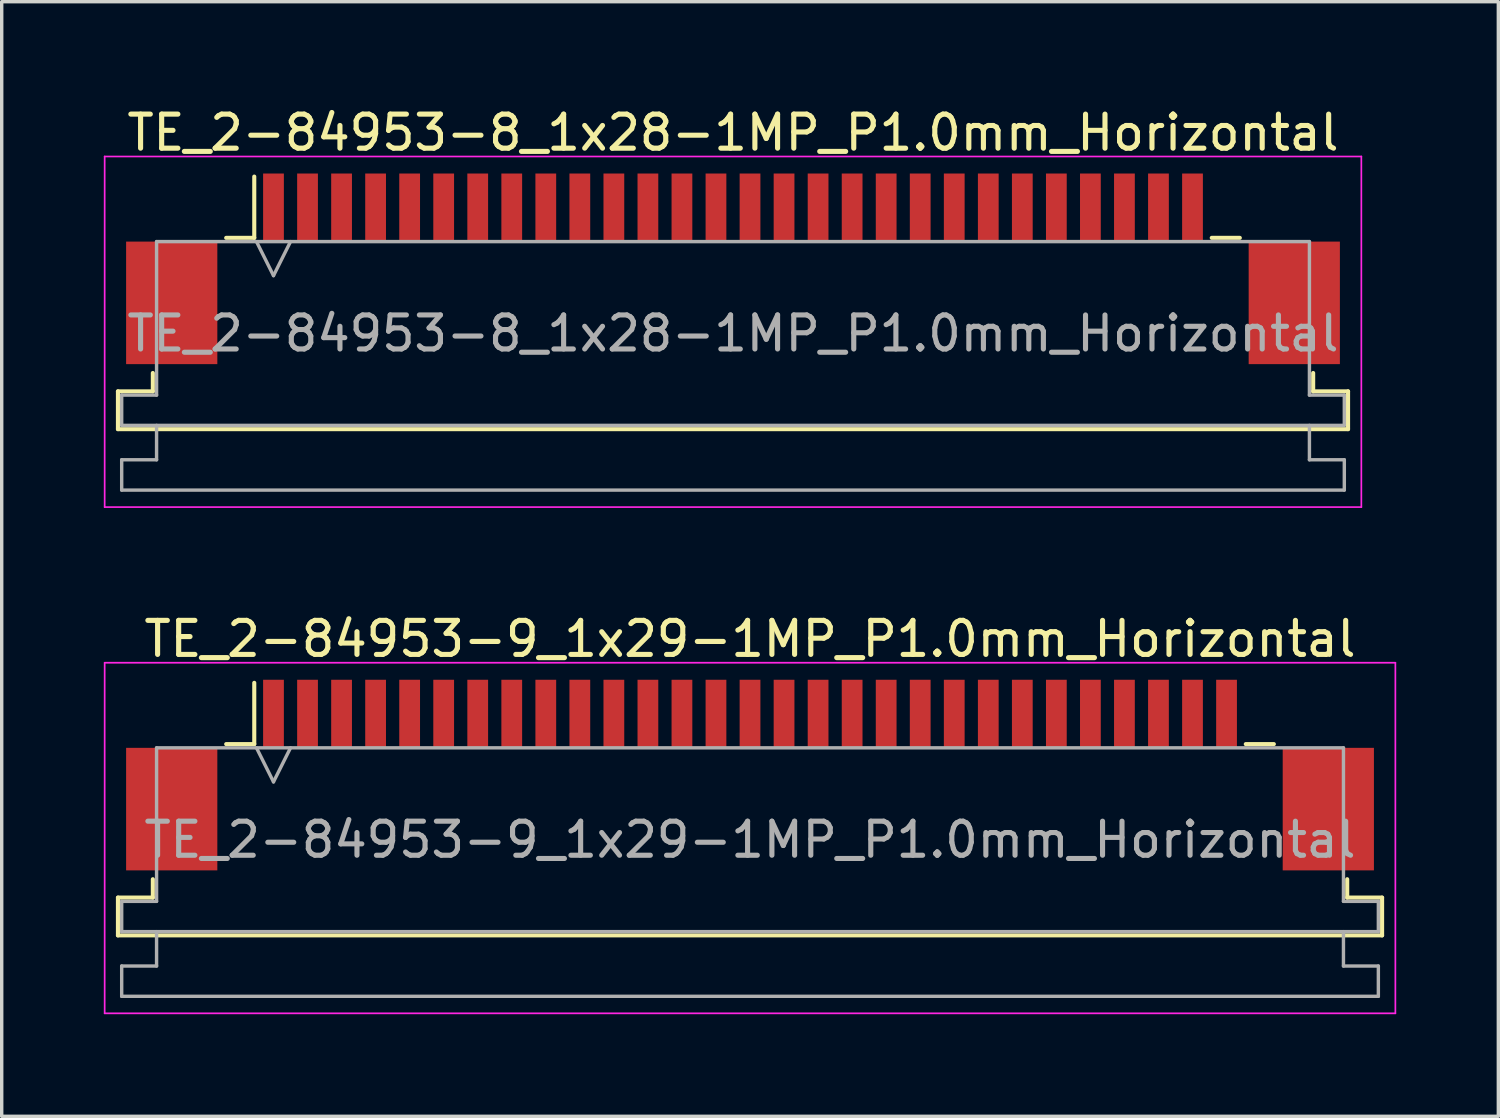
<source format=kicad_pcb>
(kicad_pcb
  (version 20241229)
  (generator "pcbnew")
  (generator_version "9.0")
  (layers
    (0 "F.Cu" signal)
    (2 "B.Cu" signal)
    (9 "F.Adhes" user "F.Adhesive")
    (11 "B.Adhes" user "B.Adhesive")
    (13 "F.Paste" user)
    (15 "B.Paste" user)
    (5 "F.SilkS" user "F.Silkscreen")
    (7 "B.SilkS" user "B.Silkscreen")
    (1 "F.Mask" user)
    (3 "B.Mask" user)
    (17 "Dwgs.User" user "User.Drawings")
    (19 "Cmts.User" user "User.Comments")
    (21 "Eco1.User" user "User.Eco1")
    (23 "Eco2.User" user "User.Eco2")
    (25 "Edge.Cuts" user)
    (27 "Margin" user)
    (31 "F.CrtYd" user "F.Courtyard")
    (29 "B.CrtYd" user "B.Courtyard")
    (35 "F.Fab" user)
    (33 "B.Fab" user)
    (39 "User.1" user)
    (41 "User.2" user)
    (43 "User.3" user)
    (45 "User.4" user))
  (footprint "TE_2-84953-9_1x29-1MP_P1.0mm_Horizontal"
    (layer "F.Cu")
    (at 18.985 19.721)
    (property "Reference" "TE_2-84953-9_1x29-1MP_P1.0mm_Horizontal" (at 0 -4 0) (layer "F.SilkS") (effects (font (size 1 1) (thickness 0.15))))
    (attr smd)
    (fp_line (start -18.57 3.6) (end -17.545 3.6) (stroke (width 0.12) (type solid)) (layer "F.SilkS"))
    (fp_line (start -18.57 4.71) (end -18.57 3.6) (stroke (width 0.12) (type solid)) (layer "F.SilkS"))
    (fp_line (start -17.545 3.6) (end -17.545 3.06) (stroke (width 0.12) (type solid)) (layer "F.SilkS"))
    (fp_line (start -15.39 -0.91) (end -14.565 -0.91) (stroke (width 0.12) (type solid)) (layer "F.SilkS"))
    (fp_line (start -14.565 -0.91) (end -14.565 -2.71) (stroke (width 0.12) (type solid)) (layer "F.SilkS"))
    (fp_line (start 14.565 -0.91) (end 15.39 -0.91) (stroke (width 0.12) (type solid)) (layer "F.SilkS"))
    (fp_line (start 17.545 3.06) (end 17.545 3.6) (stroke (width 0.12) (type solid)) (layer "F.SilkS"))
    (fp_line (start 17.545 3.6) (end 18.57 3.6) (stroke (width 0.12) (type solid)) (layer "F.SilkS"))
    (fp_line (start 18.57 3.6) (end 18.57 4.71) (stroke (width 0.12) (type solid)) (layer "F.SilkS"))
    (fp_line (start 18.57 4.71) (end -18.57 4.71) (stroke (width 0.12) (type solid)) (layer "F.SilkS"))
    (fp_line (start -18.96 -3.3) (end -18.96 7) (stroke (width 0.05) (type solid)) (layer "F.CrtYd"))
    (fp_line (start -18.96 7) (end 18.96 7) (stroke (width 0.05) (type solid)) (layer "F.CrtYd"))
    (fp_line (start 18.96 -3.3) (end -18.96 -3.3) (stroke (width 0.05) (type solid)) (layer "F.CrtYd"))
    (fp_line (start 18.96 7) (end 18.96 -3.3) (stroke (width 0.05) (type solid)) (layer "F.CrtYd"))
    (fp_line (start -18.46 3.71) (end -17.435 3.71) (stroke (width 0.1) (type solid)) (layer "F.Fab"))
    (fp_line (start -18.46 4.6) (end -18.46 3.71) (stroke (width 0.1) (type solid)) (layer "F.Fab"))
    (fp_line (start -18.46 5.61) (end -17.435 5.61) (stroke (width 0.1) (type solid)) (layer "F.Fab"))
    (fp_line (start -18.46 6.5) (end -18.46 5.61) (stroke (width 0.1) (type solid)) (layer "F.Fab"))
    (fp_line (start -17.435 -0.8) (end 17.435 -0.8) (stroke (width 0.1) (type solid)) (layer "F.Fab"))
    (fp_line (start -17.435 3.71) (end -17.435 -0.8) (stroke (width 0.1) (type solid)) (layer "F.Fab"))
    (fp_line (start -17.435 5.61) (end -17.435 4.6) (stroke (width 0.1) (type solid)) (layer "F.Fab"))
    (fp_line (start -14.5 -0.8) (end -14 0.2) (stroke (width 0.1) (type solid)) (layer "F.Fab"))
    (fp_line (start -14 0.2) (end -13.5 -0.8) (stroke (width 0.1) (type solid)) (layer "F.Fab"))
    (fp_line (start 17.435 -0.8) (end 17.435 3.71) (stroke (width 0.1) (type solid)) (layer "F.Fab"))
    (fp_line (start 17.435 3.71) (end 18.46 3.71) (stroke (width 0.1) (type solid)) (layer "F.Fab"))
    (fp_line (start 17.435 4.6) (end 17.435 5.61) (stroke (width 0.1) (type solid)) (layer "F.Fab"))
    (fp_line (start 17.435 5.61) (end 18.46 5.61) (stroke (width 0.1) (type solid)) (layer "F.Fab"))
    (fp_line (start 18.46 3.71) (end 18.46 4.6) (stroke (width 0.1) (type solid)) (layer "F.Fab"))
    (fp_line (start 18.46 4.6) (end -18.46 4.6) (stroke (width 0.1) (type solid)) (layer "F.Fab"))
    (fp_line (start 18.46 5.61) (end 18.46 6.5) (stroke (width 0.1) (type solid)) (layer "F.Fab"))
    (fp_line (start 18.46 6.5) (end -18.46 6.5) (stroke (width 0.1) (type solid)) (layer "F.Fab"))
    (fp_text user "${REFERENCE}" (at 0 1.9 0) (layer "F.Fab") (effects (font (size 1 1) (thickness 0.15))))
    (pad "1" smd rect (at -14 -1.8) (size 0.61 2) (layers "F.Cu" "F.Mask" "F.Paste"))
    (pad "2" smd rect (at -13 -1.8) (size 0.61 2) (layers "F.Cu" "F.Mask" "F.Paste"))
    (pad "3" smd rect (at -12 -1.8) (size 0.61 2) (layers "F.Cu" "F.Mask" "F.Paste"))
    (pad "4" smd rect (at -11 -1.8) (size 0.61 2) (layers "F.Cu" "F.Mask" "F.Paste"))
    (pad "5" smd rect (at -10 -1.8) (size 0.61 2) (layers "F.Cu" "F.Mask" "F.Paste"))
    (pad "6" smd rect (at -9 -1.8) (size 0.61 2) (layers "F.Cu" "F.Mask" "F.Paste"))
    (pad "7" smd rect (at -8 -1.8) (size 0.61 2) (layers "F.Cu" "F.Mask" "F.Paste"))
    (pad "8" smd rect (at -7 -1.8) (size 0.61 2) (layers "F.Cu" "F.Mask" "F.Paste"))
    (pad "9" smd rect (at -6 -1.8) (size 0.61 2) (layers "F.Cu" "F.Mask" "F.Paste"))
    (pad "10" smd rect (at -5 -1.8) (size 0.61 2) (layers "F.Cu" "F.Mask" "F.Paste"))
    (pad "11" smd rect (at -4 -1.8) (size 0.61 2) (layers "F.Cu" "F.Mask" "F.Paste"))
    (pad "12" smd rect (at -3 -1.8) (size 0.61 2) (layers "F.Cu" "F.Mask" "F.Paste"))
    (pad "13" smd rect (at -2 -1.8) (size 0.61 2) (layers "F.Cu" "F.Mask" "F.Paste"))
    (pad "14" smd rect (at -1 -1.8) (size 0.61 2) (layers "F.Cu" "F.Mask" "F.Paste"))
    (pad "15" smd rect (at 0 -1.8) (size 0.61 2) (layers "F.Cu" "F.Mask" "F.Paste"))
    (pad "16" smd rect (at 1 -1.8) (size 0.61 2) (layers "F.Cu" "F.Mask" "F.Paste"))
    (pad "17" smd rect (at 2 -1.8) (size 0.61 2) (layers "F.Cu" "F.Mask" "F.Paste"))
    (pad "18" smd rect (at 3 -1.8) (size 0.61 2) (layers "F.Cu" "F.Mask" "F.Paste"))
    (pad "19" smd rect (at 4 -1.8) (size 0.61 2) (layers "F.Cu" "F.Mask" "F.Paste"))
    (pad "20" smd rect (at 5 -1.8) (size 0.61 2) (layers "F.Cu" "F.Mask" "F.Paste"))
    (pad "21" smd rect (at 6 -1.8) (size 0.61 2) (layers "F.Cu" "F.Mask" "F.Paste"))
    (pad "22" smd rect (at 7 -1.8) (size 0.61 2) (layers "F.Cu" "F.Mask" "F.Paste"))
    (pad "23" smd rect (at 8 -1.8) (size 0.61 2) (layers "F.Cu" "F.Mask" "F.Paste"))
    (pad "24" smd rect (at 9 -1.8) (size 0.61 2) (layers "F.Cu" "F.Mask" "F.Paste"))
    (pad "25" smd rect (at 10 -1.8) (size 0.61 2) (layers "F.Cu" "F.Mask" "F.Paste"))
    (pad "26" smd rect (at 11 -1.8) (size 0.61 2) (layers "F.Cu" "F.Mask" "F.Paste"))
    (pad "27" smd rect (at 12 -1.8) (size 0.61 2) (layers "F.Cu" "F.Mask" "F.Paste"))
    (pad "28" smd rect (at 13 -1.8) (size 0.61 2) (layers "F.Cu" "F.Mask" "F.Paste"))
    (pad "29" smd rect (at 14 -1.8) (size 0.61 2) (layers "F.Cu" "F.Mask" "F.Paste"))
    (pad "MP" smd rect (at -16.99 1) (size 2.68 3.6) (layers "F.Cu" "F.Mask" "F.Paste"))
    (pad "MP" smd rect (at 16.99 1) (size 2.68 3.6) (layers "F.Cu" "F.Mask" "F.Paste")))
  (footprint "TE_2-84953-8_1x28-1MP_P1.0mm_Horizontal"
    (layer "F.Cu")
    (at 18.485 4.848)
    (property "Reference" "TE_2-84953-8_1x28-1MP_P1.0mm_Horizontal" (at 0 -4 0) (layer "F.SilkS") (effects (font (size 1 1) (thickness 0.15))))
    (attr smd)
    (fp_line (start -18.07 3.6) (end -17.045 3.6) (stroke (width 0.12) (type solid)) (layer "F.SilkS"))
    (fp_line (start -18.07 4.71) (end -18.07 3.6) (stroke (width 0.12) (type solid)) (layer "F.SilkS"))
    (fp_line (start -17.045 3.6) (end -17.045 3.06) (stroke (width 0.12) (type solid)) (layer "F.SilkS"))
    (fp_line (start -14.89 -0.91) (end -14.065 -0.91) (stroke (width 0.12) (type solid)) (layer "F.SilkS"))
    (fp_line (start -14.065 -0.91) (end -14.065 -2.71) (stroke (width 0.12) (type solid)) (layer "F.SilkS"))
    (fp_line (start 14.065 -0.91) (end 14.89 -0.91) (stroke (width 0.12) (type solid)) (layer "F.SilkS"))
    (fp_line (start 17.045 3.06) (end 17.045 3.6) (stroke (width 0.12) (type solid)) (layer "F.SilkS"))
    (fp_line (start 17.045 3.6) (end 18.07 3.6) (stroke (width 0.12) (type solid)) (layer "F.SilkS"))
    (fp_line (start 18.07 3.6) (end 18.07 4.71) (stroke (width 0.12) (type solid)) (layer "F.SilkS"))
    (fp_line (start 18.07 4.71) (end -18.07 4.71) (stroke (width 0.12) (type solid)) (layer "F.SilkS"))
    (fp_line (start -18.46 -3.3) (end -18.46 7) (stroke (width 0.05) (type solid)) (layer "F.CrtYd"))
    (fp_line (start -18.46 7) (end 18.46 7) (stroke (width 0.05) (type solid)) (layer "F.CrtYd"))
    (fp_line (start 18.46 -3.3) (end -18.46 -3.3) (stroke (width 0.05) (type solid)) (layer "F.CrtYd"))
    (fp_line (start 18.46 7) (end 18.46 -3.3) (stroke (width 0.05) (type solid)) (layer "F.CrtYd"))
    (fp_line (start -17.96 3.71) (end -16.935 3.71) (stroke (width 0.1) (type solid)) (layer "F.Fab"))
    (fp_line (start -17.96 4.6) (end -17.96 3.71) (stroke (width 0.1) (type solid)) (layer "F.Fab"))
    (fp_line (start -17.96 5.61) (end -16.935 5.61) (stroke (width 0.1) (type solid)) (layer "F.Fab"))
    (fp_line (start -17.96 6.5) (end -17.96 5.61) (stroke (width 0.1) (type solid)) (layer "F.Fab"))
    (fp_line (start -16.935 -0.8) (end 16.935 -0.8) (stroke (width 0.1) (type solid)) (layer "F.Fab"))
    (fp_line (start -16.935 3.71) (end -16.935 -0.8) (stroke (width 0.1) (type solid)) (layer "F.Fab"))
    (fp_line (start -16.935 5.61) (end -16.935 4.6) (stroke (width 0.1) (type solid)) (layer "F.Fab"))
    (fp_line (start -14 -0.8) (end -13.5 0.2) (stroke (width 0.1) (type solid)) (layer "F.Fab"))
    (fp_line (start -13.5 0.2) (end -13 -0.8) (stroke (width 0.1) (type solid)) (layer "F.Fab"))
    (fp_line (start 16.935 -0.8) (end 16.935 3.71) (stroke (width 0.1) (type solid)) (layer "F.Fab"))
    (fp_line (start 16.935 3.71) (end 17.96 3.71) (stroke (width 0.1) (type solid)) (layer "F.Fab"))
    (fp_line (start 16.935 4.6) (end 16.935 5.61) (stroke (width 0.1) (type solid)) (layer "F.Fab"))
    (fp_line (start 16.935 5.61) (end 17.96 5.61) (stroke (width 0.1) (type solid)) (layer "F.Fab"))
    (fp_line (start 17.96 3.71) (end 17.96 4.6) (stroke (width 0.1) (type solid)) (layer "F.Fab"))
    (fp_line (start 17.96 4.6) (end -17.96 4.6) (stroke (width 0.1) (type solid)) (layer "F.Fab"))
    (fp_line (start 17.96 5.61) (end 17.96 6.5) (stroke (width 0.1) (type solid)) (layer "F.Fab"))
    (fp_line (start 17.96 6.5) (end -17.96 6.5) (stroke (width 0.1) (type solid)) (layer "F.Fab"))
    (fp_text user "${REFERENCE}" (at 0 1.9 0) (layer "F.Fab") (effects (font (size 1 1) (thickness 0.15))))
    (pad "1" smd rect (at -13.5 -1.8) (size 0.61 2) (layers "F.Cu" "F.Mask" "F.Paste"))
    (pad "2" smd rect (at -12.5 -1.8) (size 0.61 2) (layers "F.Cu" "F.Mask" "F.Paste"))
    (pad "3" smd rect (at -11.5 -1.8) (size 0.61 2) (layers "F.Cu" "F.Mask" "F.Paste"))
    (pad "4" smd rect (at -10.5 -1.8) (size 0.61 2) (layers "F.Cu" "F.Mask" "F.Paste"))
    (pad "5" smd rect (at -9.5 -1.8) (size 0.61 2) (layers "F.Cu" "F.Mask" "F.Paste"))
    (pad "6" smd rect (at -8.5 -1.8) (size 0.61 2) (layers "F.Cu" "F.Mask" "F.Paste"))
    (pad "7" smd rect (at -7.5 -1.8) (size 0.61 2) (layers "F.Cu" "F.Mask" "F.Paste"))
    (pad "8" smd rect (at -6.5 -1.8) (size 0.61 2) (layers "F.Cu" "F.Mask" "F.Paste"))
    (pad "9" smd rect (at -5.5 -1.8) (size 0.61 2) (layers "F.Cu" "F.Mask" "F.Paste"))
    (pad "10" smd rect (at -4.5 -1.8) (size 0.61 2) (layers "F.Cu" "F.Mask" "F.Paste"))
    (pad "11" smd rect (at -3.5 -1.8) (size 0.61 2) (layers "F.Cu" "F.Mask" "F.Paste"))
    (pad "12" smd rect (at -2.5 -1.8) (size 0.61 2) (layers "F.Cu" "F.Mask" "F.Paste"))
    (pad "13" smd rect (at -1.5 -1.8) (size 0.61 2) (layers "F.Cu" "F.Mask" "F.Paste"))
    (pad "14" smd rect (at -0.5 -1.8) (size 0.61 2) (layers "F.Cu" "F.Mask" "F.Paste"))
    (pad "15" smd rect (at 0.5 -1.8) (size 0.61 2) (layers "F.Cu" "F.Mask" "F.Paste"))
    (pad "16" smd rect (at 1.5 -1.8) (size 0.61 2) (layers "F.Cu" "F.Mask" "F.Paste"))
    (pad "17" smd rect (at 2.5 -1.8) (size 0.61 2) (layers "F.Cu" "F.Mask" "F.Paste"))
    (pad "18" smd rect (at 3.5 -1.8) (size 0.61 2) (layers "F.Cu" "F.Mask" "F.Paste"))
    (pad "19" smd rect (at 4.5 -1.8) (size 0.61 2) (layers "F.Cu" "F.Mask" "F.Paste"))
    (pad "20" smd rect (at 5.5 -1.8) (size 0.61 2) (layers "F.Cu" "F.Mask" "F.Paste"))
    (pad "21" smd rect (at 6.5 -1.8) (size 0.61 2) (layers "F.Cu" "F.Mask" "F.Paste"))
    (pad "22" smd rect (at 7.5 -1.8) (size 0.61 2) (layers "F.Cu" "F.Mask" "F.Paste"))
    (pad "23" smd rect (at 8.5 -1.8) (size 0.61 2) (layers "F.Cu" "F.Mask" "F.Paste"))
    (pad "24" smd rect (at 9.5 -1.8) (size 0.61 2) (layers "F.Cu" "F.Mask" "F.Paste"))
    (pad "25" smd rect (at 10.5 -1.8) (size 0.61 2) (layers "F.Cu" "F.Mask" "F.Paste"))
    (pad "26" smd rect (at 11.5 -1.8) (size 0.61 2) (layers "F.Cu" "F.Mask" "F.Paste"))
    (pad "27" smd rect (at 12.5 -1.8) (size 0.61 2) (layers "F.Cu" "F.Mask" "F.Paste"))
    (pad "28" smd rect (at 13.5 -1.8) (size 0.61 2) (layers "F.Cu" "F.Mask" "F.Paste"))
    (pad "MP" smd rect (at -16.49 1) (size 2.68 3.6) (layers "F.Cu" "F.Mask" "F.Paste"))
    (pad "MP" smd rect (at 16.49 1) (size 2.68 3.6) (layers "F.Cu" "F.Mask" "F.Paste")))
  (gr_rect
    (start -3 -3)
    (end 40.97 29.747)
    (stroke (width 0.1) (type default))
    (fill no)
    (layer "Edge.Cuts")))
</source>
